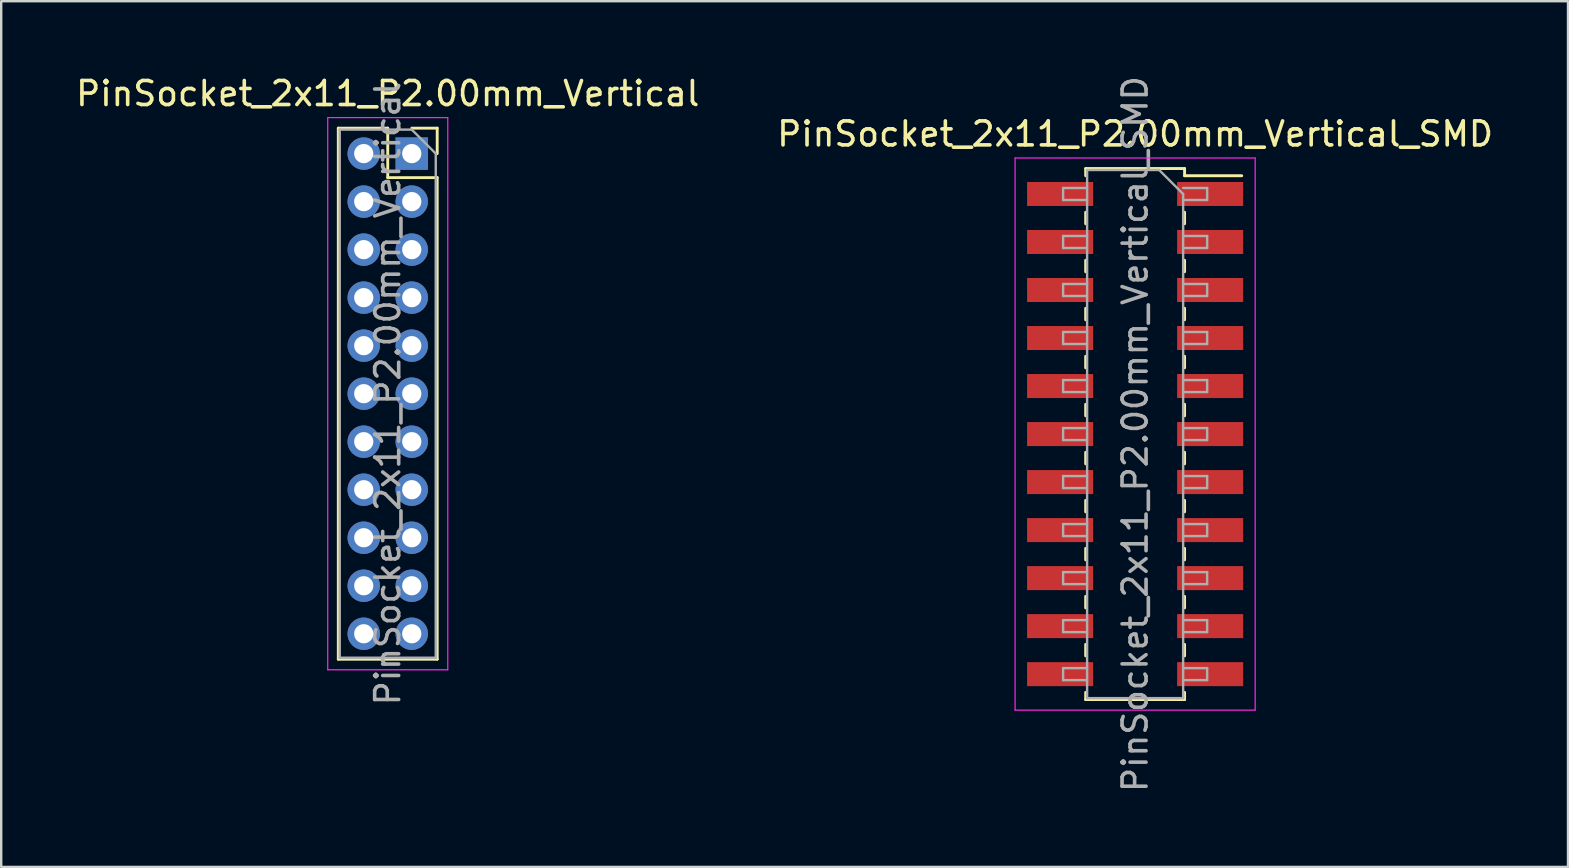
<source format=kicad_pcb>
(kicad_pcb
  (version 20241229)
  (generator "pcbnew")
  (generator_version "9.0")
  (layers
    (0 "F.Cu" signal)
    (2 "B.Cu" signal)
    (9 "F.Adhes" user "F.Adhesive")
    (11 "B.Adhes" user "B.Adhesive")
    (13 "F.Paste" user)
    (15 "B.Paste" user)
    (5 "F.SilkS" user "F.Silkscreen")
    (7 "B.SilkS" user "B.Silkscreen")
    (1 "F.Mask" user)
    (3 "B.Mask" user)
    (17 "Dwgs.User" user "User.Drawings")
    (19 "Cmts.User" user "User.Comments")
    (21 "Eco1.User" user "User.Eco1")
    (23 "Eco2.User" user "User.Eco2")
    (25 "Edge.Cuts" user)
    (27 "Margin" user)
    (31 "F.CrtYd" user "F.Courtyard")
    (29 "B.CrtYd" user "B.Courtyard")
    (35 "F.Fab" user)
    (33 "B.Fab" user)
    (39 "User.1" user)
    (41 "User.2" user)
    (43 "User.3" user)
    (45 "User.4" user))
  (footprint "PinSocket_2x11_P2.00mm_Vertical_SMD"
    (layer "F.Cu")
    (at 44.232 15.03)
    (property "Reference" "PinSocket_2x11_P2.00mm_Vertical_SMD" (at 0 -12.5 0) (layer "F.SilkS") (effects (font (size 1 1) (thickness 0.15))))
    (attr smd)
    (fp_line (start -2.06 -11.06) (end -2.06 -10.76) (stroke (width 0.12) (type solid)) (layer "F.SilkS"))
    (fp_line (start -2.06 -11.06) (end 2.06 -11.06) (stroke (width 0.12) (type solid)) (layer "F.SilkS"))
    (fp_line (start -2.06 -9.24) (end -2.06 -8.76) (stroke (width 0.12) (type solid)) (layer "F.SilkS"))
    (fp_line (start -2.06 -7.24) (end -2.06 -6.76) (stroke (width 0.12) (type solid)) (layer "F.SilkS"))
    (fp_line (start -2.06 -5.24) (end -2.06 -4.76) (stroke (width 0.12) (type solid)) (layer "F.SilkS"))
    (fp_line (start -2.06 -3.24) (end -2.06 -2.76) (stroke (width 0.12) (type solid)) (layer "F.SilkS"))
    (fp_line (start -2.06 -1.24) (end -2.06 -0.76) (stroke (width 0.12) (type solid)) (layer "F.SilkS"))
    (fp_line (start -2.06 0.76) (end -2.06 1.24) (stroke (width 0.12) (type solid)) (layer "F.SilkS"))
    (fp_line (start -2.06 2.76) (end -2.06 3.24) (stroke (width 0.12) (type solid)) (layer "F.SilkS"))
    (fp_line (start -2.06 4.76) (end -2.06 5.24) (stroke (width 0.12) (type solid)) (layer "F.SilkS"))
    (fp_line (start -2.06 6.76) (end -2.06 7.24) (stroke (width 0.12) (type solid)) (layer "F.SilkS"))
    (fp_line (start -2.06 8.76) (end -2.06 9.24) (stroke (width 0.12) (type solid)) (layer "F.SilkS"))
    (fp_line (start -2.06 10.76) (end -2.06 11.06) (stroke (width 0.12) (type solid)) (layer "F.SilkS"))
    (fp_line (start -2.06 11.06) (end 2.06 11.06) (stroke (width 0.12) (type solid)) (layer "F.SilkS"))
    (fp_line (start 2.06 -11.06) (end 2.06 -10.76) (stroke (width 0.12) (type solid)) (layer "F.SilkS"))
    (fp_line (start 2.06 -10.76) (end 4.44 -10.76) (stroke (width 0.12) (type solid)) (layer "F.SilkS"))
    (fp_line (start 2.06 -9.24) (end 2.06 -8.76) (stroke (width 0.12) (type solid)) (layer "F.SilkS"))
    (fp_line (start 2.06 -7.24) (end 2.06 -6.76) (stroke (width 0.12) (type solid)) (layer "F.SilkS"))
    (fp_line (start 2.06 -5.24) (end 2.06 -4.76) (stroke (width 0.12) (type solid)) (layer "F.SilkS"))
    (fp_line (start 2.06 -3.24) (end 2.06 -2.76) (stroke (width 0.12) (type solid)) (layer "F.SilkS"))
    (fp_line (start 2.06 -1.24) (end 2.06 -0.76) (stroke (width 0.12) (type solid)) (layer "F.SilkS"))
    (fp_line (start 2.06 0.76) (end 2.06 1.24) (stroke (width 0.12) (type solid)) (layer "F.SilkS"))
    (fp_line (start 2.06 2.76) (end 2.06 3.24) (stroke (width 0.12) (type solid)) (layer "F.SilkS"))
    (fp_line (start 2.06 4.76) (end 2.06 5.24) (stroke (width 0.12) (type solid)) (layer "F.SilkS"))
    (fp_line (start 2.06 6.76) (end 2.06 7.24) (stroke (width 0.12) (type solid)) (layer "F.SilkS"))
    (fp_line (start 2.06 8.76) (end 2.06 9.24) (stroke (width 0.12) (type solid)) (layer "F.SilkS"))
    (fp_line (start 2.06 10.76) (end 2.06 11.06) (stroke (width 0.12) (type solid)) (layer "F.SilkS"))
    (fp_line (start -5 -11.5) (end 5 -11.5) (stroke (width 0.05) (type solid)) (layer "F.CrtYd"))
    (fp_line (start -5 11.5) (end -5 -11.5) (stroke (width 0.05) (type solid)) (layer "F.CrtYd"))
    (fp_line (start 5 -11.5) (end 5 11.5) (stroke (width 0.05) (type solid)) (layer "F.CrtYd"))
    (fp_line (start 5 11.5) (end -5 11.5) (stroke (width 0.05) (type solid)) (layer "F.CrtYd"))
    (fp_line (start -3 -10.25) (end -2 -10.25) (stroke (width 0.1) (type solid)) (layer "F.Fab"))
    (fp_line (start -3 -9.75) (end -3 -10.25) (stroke (width 0.1) (type solid)) (layer "F.Fab"))
    (fp_line (start -3 -8.25) (end -2 -8.25) (stroke (width 0.1) (type solid)) (layer "F.Fab"))
    (fp_line (start -3 -7.75) (end -3 -8.25) (stroke (width 0.1) (type solid)) (layer "F.Fab"))
    (fp_line (start -3 -6.25) (end -2 -6.25) (stroke (width 0.1) (type solid)) (layer "F.Fab"))
    (fp_line (start -3 -5.75) (end -3 -6.25) (stroke (width 0.1) (type solid)) (layer "F.Fab"))
    (fp_line (start -3 -4.25) (end -2 -4.25) (stroke (width 0.1) (type solid)) (layer "F.Fab"))
    (fp_line (start -3 -3.75) (end -3 -4.25) (stroke (width 0.1) (type solid)) (layer "F.Fab"))
    (fp_line (start -3 -2.25) (end -2 -2.25) (stroke (width 0.1) (type solid)) (layer "F.Fab"))
    (fp_line (start -3 -1.75) (end -3 -2.25) (stroke (width 0.1) (type solid)) (layer "F.Fab"))
    (fp_line (start -3 -0.25) (end -2 -0.25) (stroke (width 0.1) (type solid)) (layer "F.Fab"))
    (fp_line (start -3 0.25) (end -3 -0.25) (stroke (width 0.1) (type solid)) (layer "F.Fab"))
    (fp_line (start -3 1.75) (end -2 1.75) (stroke (width 0.1) (type solid)) (layer "F.Fab"))
    (fp_line (start -3 2.25) (end -3 1.75) (stroke (width 0.1) (type solid)) (layer "F.Fab"))
    (fp_line (start -3 3.75) (end -2 3.75) (stroke (width 0.1) (type solid)) (layer "F.Fab"))
    (fp_line (start -3 4.25) (end -3 3.75) (stroke (width 0.1) (type solid)) (layer "F.Fab"))
    (fp_line (start -3 5.75) (end -2 5.75) (stroke (width 0.1) (type solid)) (layer "F.Fab"))
    (fp_line (start -3 6.25) (end -3 5.75) (stroke (width 0.1) (type solid)) (layer "F.Fab"))
    (fp_line (start -3 7.75) (end -2 7.75) (stroke (width 0.1) (type solid)) (layer "F.Fab"))
    (fp_line (start -3 8.25) (end -3 7.75) (stroke (width 0.1) (type solid)) (layer "F.Fab"))
    (fp_line (start -3 9.75) (end -2 9.75) (stroke (width 0.1) (type solid)) (layer "F.Fab"))
    (fp_line (start -3 10.25) (end -3 9.75) (stroke (width 0.1) (type solid)) (layer "F.Fab"))
    (fp_line (start -2 -11) (end 1 -11) (stroke (width 0.1) (type solid)) (layer "F.Fab"))
    (fp_line (start -2 -9.75) (end -3 -9.75) (stroke (width 0.1) (type solid)) (layer "F.Fab"))
    (fp_line (start -2 -7.75) (end -3 -7.75) (stroke (width 0.1) (type solid)) (layer "F.Fab"))
    (fp_line (start -2 -5.75) (end -3 -5.75) (stroke (width 0.1) (type solid)) (layer "F.Fab"))
    (fp_line (start -2 -3.75) (end -3 -3.75) (stroke (width 0.1) (type solid)) (layer "F.Fab"))
    (fp_line (start -2 -1.75) (end -3 -1.75) (stroke (width 0.1) (type solid)) (layer "F.Fab"))
    (fp_line (start -2 0.25) (end -3 0.25) (stroke (width 0.1) (type solid)) (layer "F.Fab"))
    (fp_line (start -2 2.25) (end -3 2.25) (stroke (width 0.1) (type solid)) (layer "F.Fab"))
    (fp_line (start -2 4.25) (end -3 4.25) (stroke (width 0.1) (type solid)) (layer "F.Fab"))
    (fp_line (start -2 6.25) (end -3 6.25) (stroke (width 0.1) (type solid)) (layer "F.Fab"))
    (fp_line (start -2 8.25) (end -3 8.25) (stroke (width 0.1) (type solid)) (layer "F.Fab"))
    (fp_line (start -2 10.25) (end -3 10.25) (stroke (width 0.1) (type solid)) (layer "F.Fab"))
    (fp_line (start -2 11) (end -2 -11) (stroke (width 0.1) (type solid)) (layer "F.Fab"))
    (fp_line (start 1 -11) (end 2 -10) (stroke (width 0.1) (type solid)) (layer "F.Fab"))
    (fp_line (start 2 -10.25) (end 3 -10.25) (stroke (width 0.1) (type solid)) (layer "F.Fab"))
    (fp_line (start 2 -10) (end 2 11) (stroke (width 0.1) (type solid)) (layer "F.Fab"))
    (fp_line (start 2 -8.25) (end 3 -8.25) (stroke (width 0.1) (type solid)) (layer "F.Fab"))
    (fp_line (start 2 -6.25) (end 3 -6.25) (stroke (width 0.1) (type solid)) (layer "F.Fab"))
    (fp_line (start 2 -4.25) (end 3 -4.25) (stroke (width 0.1) (type solid)) (layer "F.Fab"))
    (fp_line (start 2 -2.25) (end 3 -2.25) (stroke (width 0.1) (type solid)) (layer "F.Fab"))
    (fp_line (start 2 -0.25) (end 3 -0.25) (stroke (width 0.1) (type solid)) (layer "F.Fab"))
    (fp_line (start 2 1.75) (end 3 1.75) (stroke (width 0.1) (type solid)) (layer "F.Fab"))
    (fp_line (start 2 3.75) (end 3 3.75) (stroke (width 0.1) (type solid)) (layer "F.Fab"))
    (fp_line (start 2 5.75) (end 3 5.75) (stroke (width 0.1) (type solid)) (layer "F.Fab"))
    (fp_line (start 2 7.75) (end 3 7.75) (stroke (width 0.1) (type solid)) (layer "F.Fab"))
    (fp_line (start 2 9.75) (end 3 9.75) (stroke (width 0.1) (type solid)) (layer "F.Fab"))
    (fp_line (start 2 11) (end -2 11) (stroke (width 0.1) (type solid)) (layer "F.Fab"))
    (fp_line (start 3 -10.25) (end 3 -9.75) (stroke (width 0.1) (type solid)) (layer "F.Fab"))
    (fp_line (start 3 -9.75) (end 2 -9.75) (stroke (width 0.1) (type solid)) (layer "F.Fab"))
    (fp_line (start 3 -8.25) (end 3 -7.75) (stroke (width 0.1) (type solid)) (layer "F.Fab"))
    (fp_line (start 3 -7.75) (end 2 -7.75) (stroke (width 0.1) (type solid)) (layer "F.Fab"))
    (fp_line (start 3 -6.25) (end 3 -5.75) (stroke (width 0.1) (type solid)) (layer "F.Fab"))
    (fp_line (start 3 -5.75) (end 2 -5.75) (stroke (width 0.1) (type solid)) (layer "F.Fab"))
    (fp_line (start 3 -4.25) (end 3 -3.75) (stroke (width 0.1) (type solid)) (layer "F.Fab"))
    (fp_line (start 3 -3.75) (end 2 -3.75) (stroke (width 0.1) (type solid)) (layer "F.Fab"))
    (fp_line (start 3 -2.25) (end 3 -1.75) (stroke (width 0.1) (type solid)) (layer "F.Fab"))
    (fp_line (start 3 -1.75) (end 2 -1.75) (stroke (width 0.1) (type solid)) (layer "F.Fab"))
    (fp_line (start 3 -0.25) (end 3 0.25) (stroke (width 0.1) (type solid)) (layer "F.Fab"))
    (fp_line (start 3 0.25) (end 2 0.25) (stroke (width 0.1) (type solid)) (layer "F.Fab"))
    (fp_line (start 3 1.75) (end 3 2.25) (stroke (width 0.1) (type solid)) (layer "F.Fab"))
    (fp_line (start 3 2.25) (end 2 2.25) (stroke (width 0.1) (type solid)) (layer "F.Fab"))
    (fp_line (start 3 3.75) (end 3 4.25) (stroke (width 0.1) (type solid)) (layer "F.Fab"))
    (fp_line (start 3 4.25) (end 2 4.25) (stroke (width 0.1) (type solid)) (layer "F.Fab"))
    (fp_line (start 3 5.75) (end 3 6.25) (stroke (width 0.1) (type solid)) (layer "F.Fab"))
    (fp_line (start 3 6.25) (end 2 6.25) (stroke (width 0.1) (type solid)) (layer "F.Fab"))
    (fp_line (start 3 7.75) (end 3 8.25) (stroke (width 0.1) (type solid)) (layer "F.Fab"))
    (fp_line (start 3 8.25) (end 2 8.25) (stroke (width 0.1) (type solid)) (layer "F.Fab"))
    (fp_line (start 3 9.75) (end 3 10.25) (stroke (width 0.1) (type solid)) (layer "F.Fab"))
    (fp_line (start 3 10.25) (end 2 10.25) (stroke (width 0.1) (type solid)) (layer "F.Fab"))
    (fp_text user "${REFERENCE}" (at 0 0 90) (layer "F.Fab") (effects (font (size 1 1) (thickness 0.15))))
    (pad "1" smd rect (at 3.125 -10) (size 2.75 1) (layers "F.Cu" "F.Mask" "F.Paste"))
    (pad "2" smd rect (at -3.125 -10) (size 2.75 1) (layers "F.Cu" "F.Mask" "F.Paste"))
    (pad "3" smd rect (at 3.125 -8) (size 2.75 1) (layers "F.Cu" "F.Mask" "F.Paste"))
    (pad "4" smd rect (at -3.125 -8) (size 2.75 1) (layers "F.Cu" "F.Mask" "F.Paste"))
    (pad "5" smd rect (at 3.125 -6) (size 2.75 1) (layers "F.Cu" "F.Mask" "F.Paste"))
    (pad "6" smd rect (at -3.125 -6) (size 2.75 1) (layers "F.Cu" "F.Mask" "F.Paste"))
    (pad "7" smd rect (at 3.125 -4) (size 2.75 1) (layers "F.Cu" "F.Mask" "F.Paste"))
    (pad "8" smd rect (at -3.125 -4) (size 2.75 1) (layers "F.Cu" "F.Mask" "F.Paste"))
    (pad "9" smd rect (at 3.125 -2) (size 2.75 1) (layers "F.Cu" "F.Mask" "F.Paste"))
    (pad "10" smd rect (at -3.125 -2) (size 2.75 1) (layers "F.Cu" "F.Mask" "F.Paste"))
    (pad "11" smd rect (at 3.125 0) (size 2.75 1) (layers "F.Cu" "F.Mask" "F.Paste"))
    (pad "12" smd rect (at -3.125 0) (size 2.75 1) (layers "F.Cu" "F.Mask" "F.Paste"))
    (pad "13" smd rect (at 3.125 2) (size 2.75 1) (layers "F.Cu" "F.Mask" "F.Paste"))
    (pad "14" smd rect (at -3.125 2) (size 2.75 1) (layers "F.Cu" "F.Mask" "F.Paste"))
    (pad "15" smd rect (at 3.125 4) (size 2.75 1) (layers "F.Cu" "F.Mask" "F.Paste"))
    (pad "16" smd rect (at -3.125 4) (size 2.75 1) (layers "F.Cu" "F.Mask" "F.Paste"))
    (pad "17" smd rect (at 3.125 6) (size 2.75 1) (layers "F.Cu" "F.Mask" "F.Paste"))
    (pad "18" smd rect (at -3.125 6) (size 2.75 1) (layers "F.Cu" "F.Mask" "F.Paste"))
    (pad "19" smd rect (at 3.125 8) (size 2.75 1) (layers "F.Cu" "F.Mask" "F.Paste"))
    (pad "20" smd rect (at -3.125 8) (size 2.75 1) (layers "F.Cu" "F.Mask" "F.Paste"))
    (pad "21" smd rect (at 3.125 10) (size 2.75 1) (layers "F.Cu" "F.Mask" "F.Paste"))
    (pad "22" smd rect (at -3.125 10) (size 2.75 1) (layers "F.Cu" "F.Mask" "F.Paste")))
  (footprint "PinSocket_2x11_P2.00mm_Vertical"
    (layer "F.Cu")
    (at 14.101 3.348)
    (property "Reference" "PinSocket_2x11_P2.00mm_Vertical" (at -1 -2.5 0) (layer "F.SilkS") (effects (font (size 1 1) (thickness 0.15))))
    (attr through_hole)
    (fp_line (start -3.06 -1.06) (end -3.06 21.06) (stroke (width 0.12) (type solid)) (layer "F.SilkS"))
    (fp_line (start -3.06 -1.06) (end -1 -1.06) (stroke (width 0.12) (type solid)) (layer "F.SilkS"))
    (fp_line (start -3.06 21.06) (end 1.06 21.06) (stroke (width 0.12) (type solid)) (layer "F.SilkS"))
    (fp_line (start -1 -1.06) (end -1 1) (stroke (width 0.12) (type solid)) (layer "F.SilkS"))
    (fp_line (start -1 1) (end 1.06 1) (stroke (width 0.12) (type solid)) (layer "F.SilkS"))
    (fp_line (start 0 -1.06) (end 1.06 -1.06) (stroke (width 0.12) (type solid)) (layer "F.SilkS"))
    (fp_line (start 1.06 -1.06) (end 1.06 0) (stroke (width 0.12) (type solid)) (layer "F.SilkS"))
    (fp_line (start 1.06 1) (end 1.06 21.06) (stroke (width 0.12) (type solid)) (layer "F.SilkS"))
    (fp_line (start -3.5 -1.5) (end 1.5 -1.5) (stroke (width 0.05) (type solid)) (layer "F.CrtYd"))
    (fp_line (start -3.5 21.5) (end -3.5 -1.5) (stroke (width 0.05) (type solid)) (layer "F.CrtYd"))
    (fp_line (start 1.5 -1.5) (end 1.5 21.5) (stroke (width 0.05) (type solid)) (layer "F.CrtYd"))
    (fp_line (start 1.5 21.5) (end -3.5 21.5) (stroke (width 0.05) (type solid)) (layer "F.CrtYd"))
    (fp_line (start -3 -1) (end 0 -1) (stroke (width 0.1) (type solid)) (layer "F.Fab"))
    (fp_line (start -3 21) (end -3 -1) (stroke (width 0.1) (type solid)) (layer "F.Fab"))
    (fp_line (start 0 -1) (end 1 0) (stroke (width 0.1) (type solid)) (layer "F.Fab"))
    (fp_line (start 1 0) (end 1 21) (stroke (width 0.1) (type solid)) (layer "F.Fab"))
    (fp_line (start 1 21) (end -3 21) (stroke (width 0.1) (type solid)) (layer "F.Fab"))
    (fp_text user "${REFERENCE}" (at -1 10 90) (layer "F.Fab") (effects (font (size 1 1) (thickness 0.15))))
    (pad "1" thru_hole rect (at 0 0) (size 1.35 1.35) (drill 0.8) (layers "*.Cu" "*.Mask"))
    (pad "2" thru_hole oval (at -2 0) (size 1.35 1.35) (drill 0.8) (layers "*.Cu" "*.Mask"))
    (pad "3" thru_hole oval (at 0 2) (size 1.35 1.35) (drill 0.8) (layers "*.Cu" "*.Mask"))
    (pad "4" thru_hole oval (at -2 2) (size 1.35 1.35) (drill 0.8) (layers "*.Cu" "*.Mask"))
    (pad "5" thru_hole oval (at 0 4) (size 1.35 1.35) (drill 0.8) (layers "*.Cu" "*.Mask"))
    (pad "6" thru_hole oval (at -2 4) (size 1.35 1.35) (drill 0.8) (layers "*.Cu" "*.Mask"))
    (pad "7" thru_hole oval (at 0 6) (size 1.35 1.35) (drill 0.8) (layers "*.Cu" "*.Mask"))
    (pad "8" thru_hole oval (at -2 6) (size 1.35 1.35) (drill 0.8) (layers "*.Cu" "*.Mask"))
    (pad "9" thru_hole oval (at 0 8) (size 1.35 1.35) (drill 0.8) (layers "*.Cu" "*.Mask"))
    (pad "10" thru_hole oval (at -2 8) (size 1.35 1.35) (drill 0.8) (layers "*.Cu" "*.Mask"))
    (pad "11" thru_hole oval (at 0 10) (size 1.35 1.35) (drill 0.8) (layers "*.Cu" "*.Mask"))
    (pad "12" thru_hole oval (at -2 10) (size 1.35 1.35) (drill 0.8) (layers "*.Cu" "*.Mask"))
    (pad "13" thru_hole oval (at 0 12) (size 1.35 1.35) (drill 0.8) (layers "*.Cu" "*.Mask"))
    (pad "14" thru_hole oval (at -2 12) (size 1.35 1.35) (drill 0.8) (layers "*.Cu" "*.Mask"))
    (pad "15" thru_hole oval (at 0 14) (size 1.35 1.35) (drill 0.8) (layers "*.Cu" "*.Mask"))
    (pad "16" thru_hole oval (at -2 14) (size 1.35 1.35) (drill 0.8) (layers "*.Cu" "*.Mask"))
    (pad "17" thru_hole oval (at 0 16) (size 1.35 1.35) (drill 0.8) (layers "*.Cu" "*.Mask"))
    (pad "18" thru_hole oval (at -2 16) (size 1.35 1.35) (drill 0.8) (layers "*.Cu" "*.Mask"))
    (pad "19" thru_hole oval (at 0 18) (size 1.35 1.35) (drill 0.8) (layers "*.Cu" "*.Mask"))
    (pad "20" thru_hole oval (at -2 18) (size 1.35 1.35) (drill 0.8) (layers "*.Cu" "*.Mask"))
    (pad "21" thru_hole oval (at 0 20) (size 1.35 1.35) (drill 0.8) (layers "*.Cu" "*.Mask"))
    (pad "22" thru_hole oval (at -2 20) (size 1.35 1.35) (drill 0.8) (layers "*.Cu" "*.Mask")))
  (gr_rect
    (start -3 -3)
    (end 62.262 33.06)
    (stroke (width 0.1) (type default))
    (fill no)
    (layer "Edge.Cuts")))
</source>
